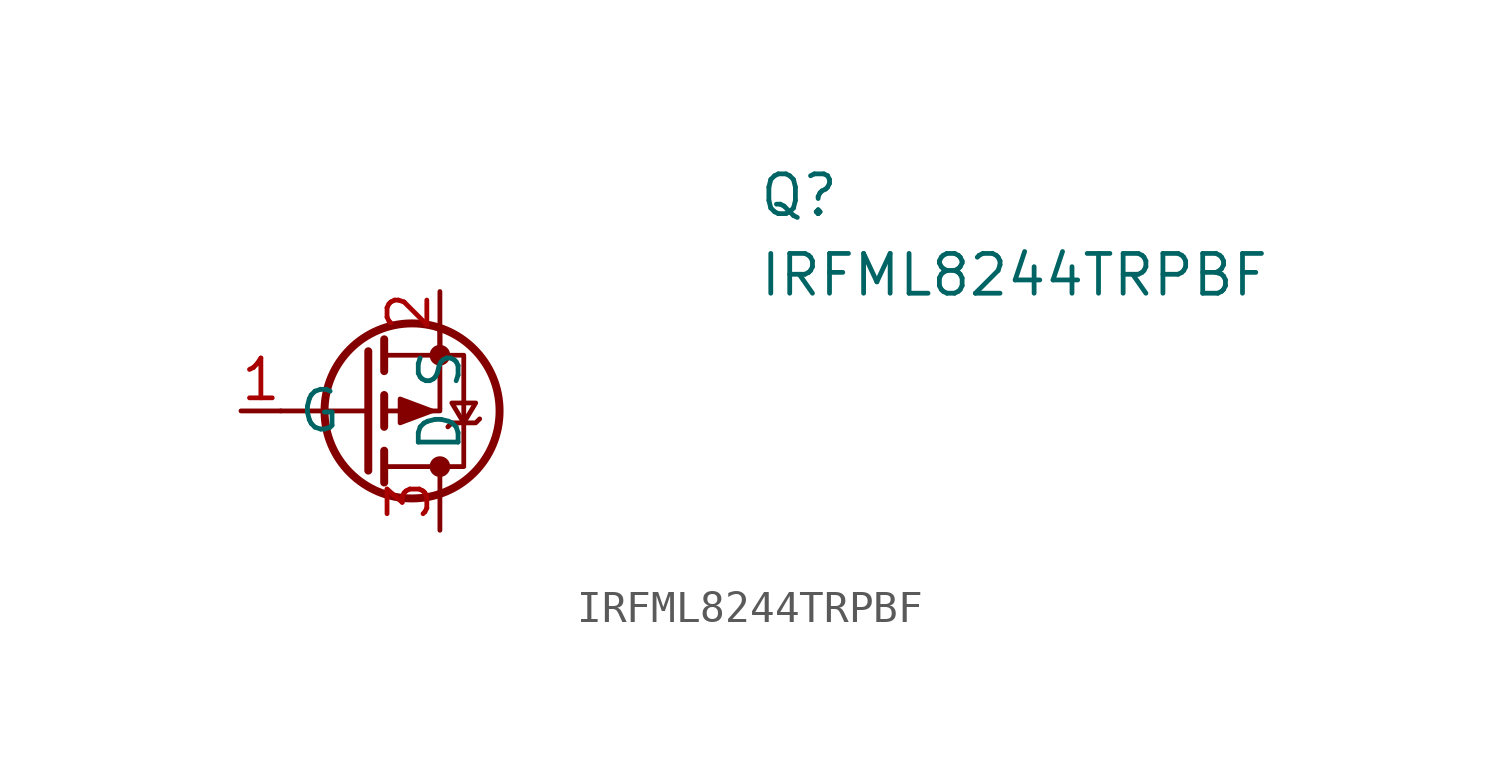
<source format=kicad_sym>
(kicad_symbol_lib
  (version 20231120)
  (generator "kicad_symbol_editor")
  (generator_version "8.0")
  (symbol "IRFML8244TRPBF"
    (property "Reference" "Q"
      (at 16.51 7.62 0)
      (effects (font (size 1.27 1.27)) (justify left top)))
    (property "Value" "IRFML8244TRPBF"
      (at 16.51 5.08 0)
      (effects (font (size 1.27 1.27)) (justify left top)))
    (symbol "IRFML8244TRPBF_0_1"
      (polyline (pts (xy 4.064 0) (xy 1.27 0)) (stroke (width 0) (type default)) (fill (type none)))
      (polyline (pts (xy 4.064 1.905) (xy 4.064 -1.905)) (stroke (width 0.254) (type default)) (fill (type none)))
      (polyline (pts (xy 4.572 -1.27) (xy 4.572 -2.286)) (stroke (width 0.254) (type default)) (fill (type none)))
      (polyline (pts (xy 4.572 0.508) (xy 4.572 -0.508)) (stroke (width 0.254) (type default)) (fill (type none)))
      (polyline (pts (xy 4.572 2.286) (xy 4.572 1.27)) (stroke (width 0.254) (type default)) (fill (type none)))
      (polyline (pts (xy 6.35 2.54) (xy 6.35 1.778)) (stroke (width 0) (type default)) (fill (type none)))
      (polyline (pts (xy 6.35 2.54) (xy 6.35 0) (xy 4.572 0)) (stroke (width 0) (type default)) (fill (type none)))
      (polyline (pts (xy 4.572 1.778) (xy 7.112 1.778) (xy 7.112 -1.778) (xy 4.572 -1.778)) (stroke (width 0) (type default)) (fill (type none)))
      (polyline (pts (xy 6.096 0) (xy 5.08 0.381) (xy 5.08 -0.381) (xy 6.096 0)) (stroke (width 0) (type default)) (fill (type outline)))
      (polyline (pts (xy 6.604 -0.508) (xy 6.731 -0.381) (xy 7.493 -0.381) (xy 7.62 -0.254)) (stroke (width 0) (type default)) (fill (type none)))
      (polyline (pts (xy 7.112 -0.381) (xy 6.731 0.254) (xy 7.493 0.254) (xy 7.112 -0.381)) (stroke (width 0) (type default)) (fill (type none)))
      (circle (center 5.461 0) (radius 2.794) (stroke (width 0.254) (type default)) (fill (type none)))
      (circle (center 6.35 -1.778) (radius 0.254) (stroke (width 0) (type default)) (fill (type outline)))
      (circle (center 6.35 1.778) (radius 0.254) (stroke (width 0) (type default)) (fill (type outline))))
    (symbol "IRFML8244TRPBF_1_1"
      (pin passive line (at 0 0 0) (length 1.27) (name "G" (effects (font (size 1.27 1.27)))) (number "1" (effects (font (size 1.27 1.27)))))
      (pin passive line (at 6.35 3.81 270) (length 1.27) (name "S" (effects (font (size 1.27 1.27)))) (number "2" (effects (font (size 1.27 1.27)))))
      (pin passive line (at 6.35 -3.81 90) (length 1.905) (name "D" (effects (font (size 1.27 1.27)))) (number "3" (effects (font (size 1.27 1.27))))))))
</source>
